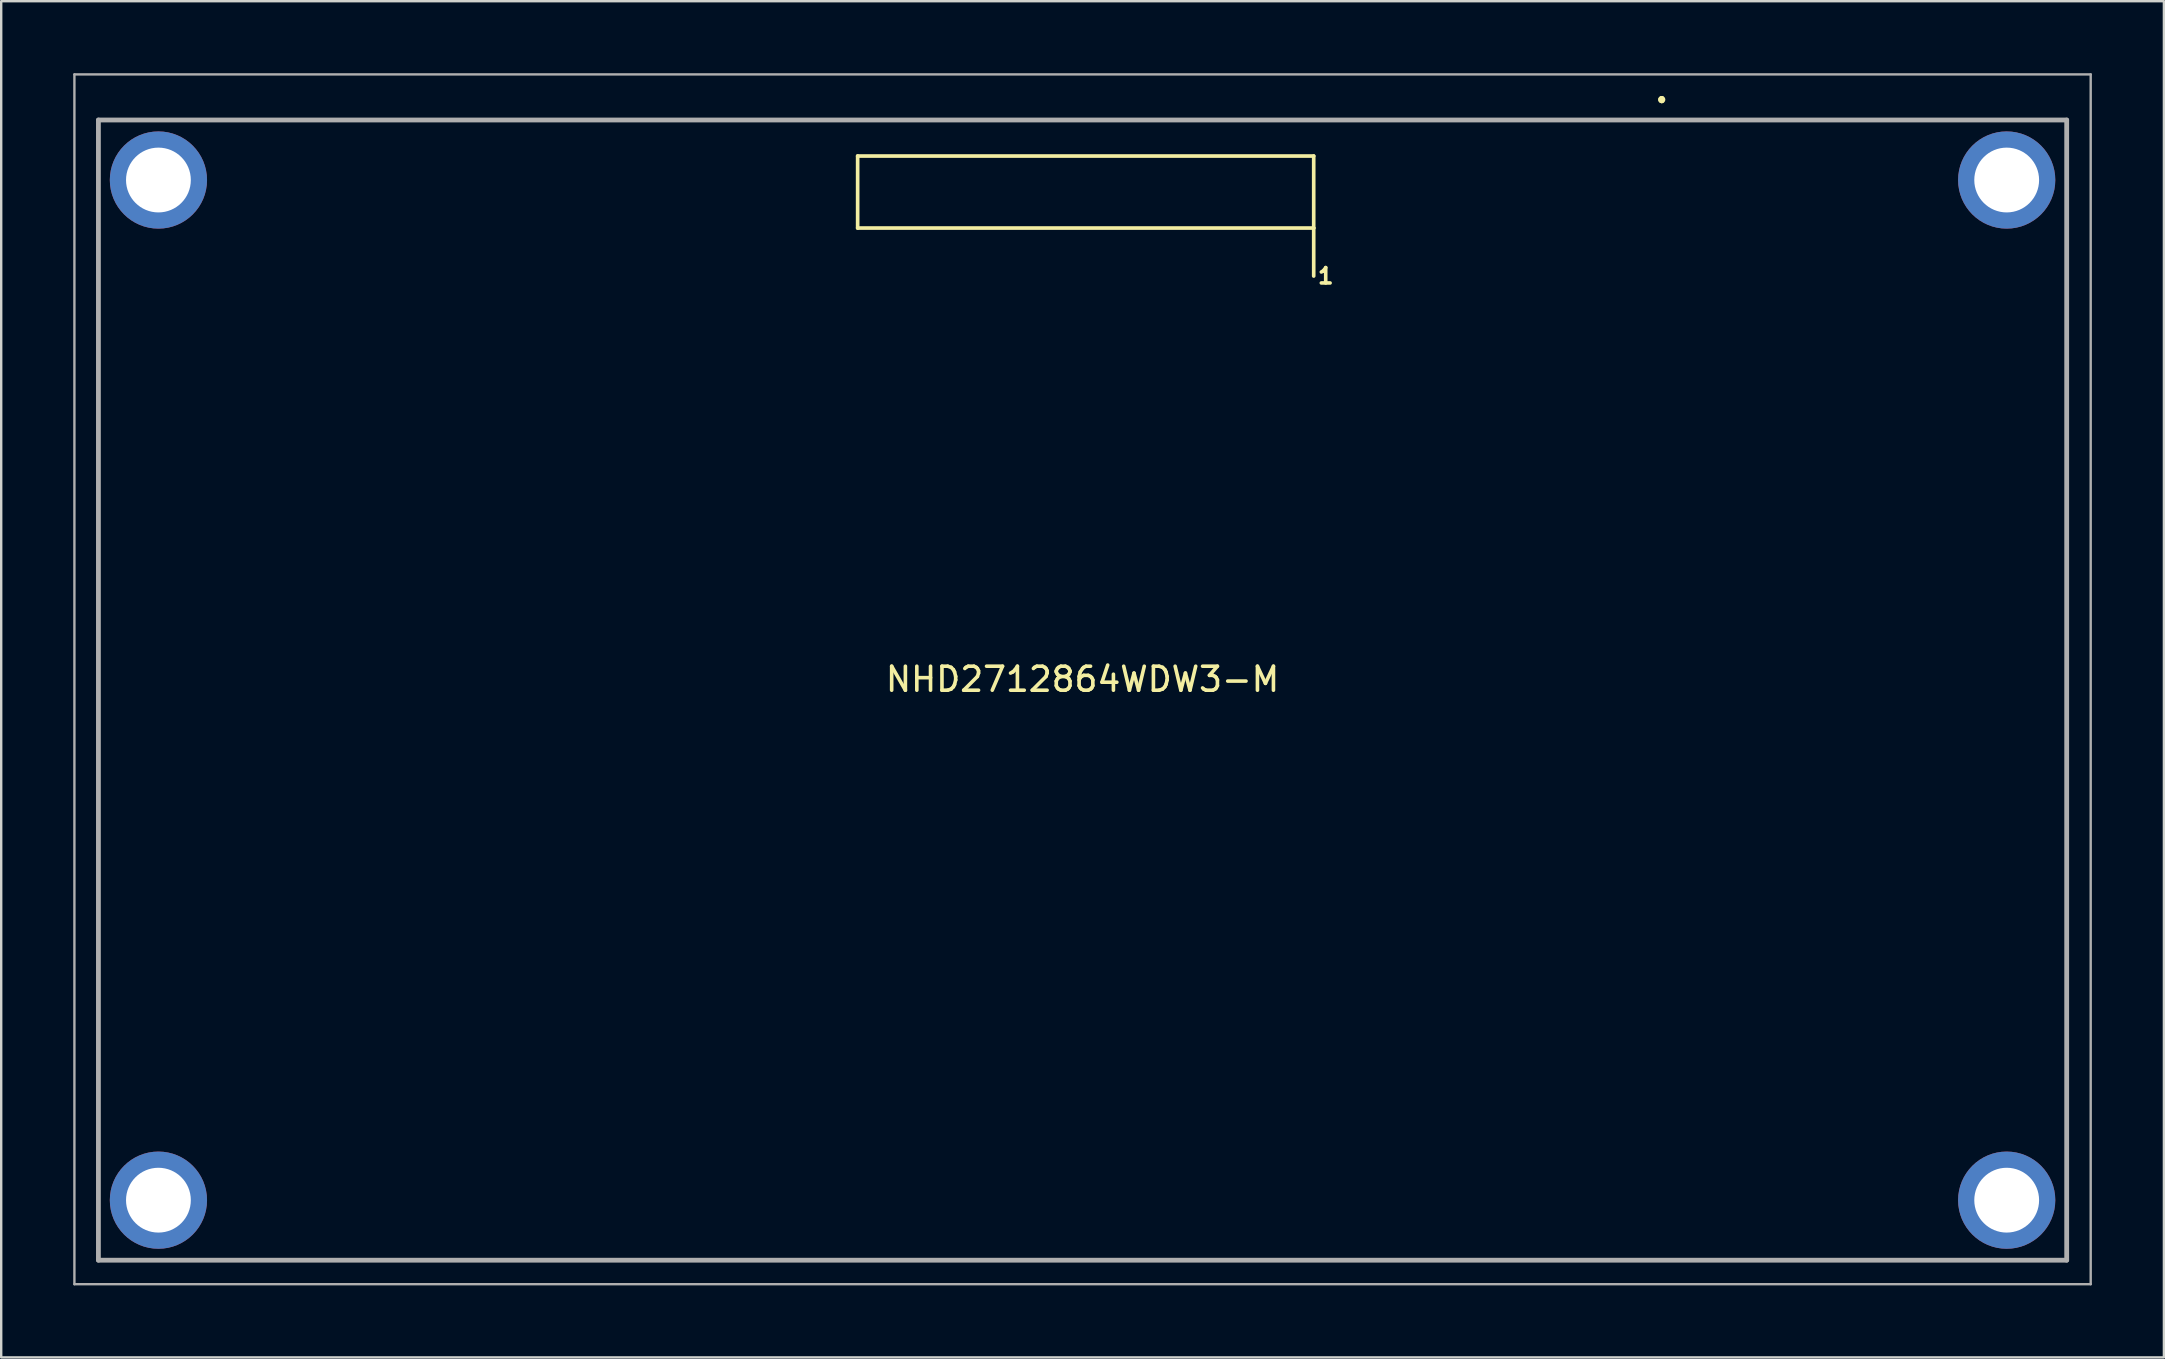
<source format=kicad_pcb>
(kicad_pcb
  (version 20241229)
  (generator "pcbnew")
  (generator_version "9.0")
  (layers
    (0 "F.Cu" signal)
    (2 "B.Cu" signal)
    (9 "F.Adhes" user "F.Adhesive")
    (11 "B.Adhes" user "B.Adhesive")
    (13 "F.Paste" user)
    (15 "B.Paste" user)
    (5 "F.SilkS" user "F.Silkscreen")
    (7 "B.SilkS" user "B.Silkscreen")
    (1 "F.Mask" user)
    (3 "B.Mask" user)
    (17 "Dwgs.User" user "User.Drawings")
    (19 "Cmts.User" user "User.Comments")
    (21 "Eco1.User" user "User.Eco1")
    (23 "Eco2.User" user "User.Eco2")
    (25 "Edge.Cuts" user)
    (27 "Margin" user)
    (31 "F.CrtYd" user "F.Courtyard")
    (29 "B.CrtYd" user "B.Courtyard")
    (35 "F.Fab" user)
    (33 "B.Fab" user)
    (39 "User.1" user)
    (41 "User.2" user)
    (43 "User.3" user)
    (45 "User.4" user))
  (footprint "NHD2712864WDW3-M"
    (layer "F.Cu")
    (at 66.18 4.45)
    (property "Reference" "NHD2712864WDW3-M" (at -24.13 20.8 0) (layer "F.SilkS") (effects (font (size 1 1) (thickness 0.15))))
    (attr through_hole)
    (fp_line (start -65.13 -2.5) (end 16.87 -2.5) (stroke (width 0.1) (type solid)) (layer "F.SilkS"))
    (fp_line (start -65.13 45) (end -65.13 -2.5) (stroke (width 0.1) (type solid)) (layer "F.SilkS"))
    (fp_line (start -33.5 -1) (end -14.5 -1) (stroke (width 0.152) (type solid)) (layer "F.SilkS"))
    (fp_line (start -33.5 2) (end -33.5 -1) (stroke (width 0.152) (type solid)) (layer "F.SilkS"))
    (fp_line (start -14.5 -1) (end -14.5 2) (stroke (width 0.152) (type solid)) (layer "F.SilkS"))
    (fp_line (start -14.5 2) (end -33.5 2) (stroke (width 0.152) (type solid)) (layer "F.SilkS"))
    (fp_line (start -14.5 2) (end -14.5 4) (stroke (width 0.152) (type solid)) (layer "F.SilkS"))
    (fp_line (start 16.87 -2.5) (end 16.87 45) (stroke (width 0.1) (type solid)) (layer "F.SilkS"))
    (fp_line (start 16.87 45) (end -65.13 45) (stroke (width 0.1) (type solid)) (layer "F.SilkS"))
    (fp_arc (start 0 -3.4) (mid 0.05 -3.35) (end 0 -3.3) (stroke (width 0.2) (type solid)) (layer "F.SilkS"))
    (fp_arc (start 0 -3.3) (mid -0.05 -3.35) (end 0 -3.4) (stroke (width 0.2) (type solid)) (layer "F.SilkS"))
    (fp_arc (start 0 -3.3) (mid -0.05 -3.35) (end 0 -3.4) (stroke (width 0.2) (type solid)) (layer "F.SilkS"))
    (fp_line (start -66.13 -4.4) (end 17.87 -4.4) (stroke (width 0.1) (type solid)) (layer "F.Fab"))
    (fp_line (start -66.13 46) (end -66.13 -4.4) (stroke (width 0.1) (type solid)) (layer "F.Fab"))
    (fp_line (start -65.13 -2.5) (end -65.13 45) (stroke (width 0.2) (type solid)) (layer "F.Fab"))
    (fp_line (start -65.13 45) (end 16.87 45) (stroke (width 0.2) (type solid)) (layer "F.Fab"))
    (fp_line (start 16.87 -2.5) (end -65.13 -2.5) (stroke (width 0.2) (type solid)) (layer "F.Fab"))
    (fp_line (start 16.87 45) (end 16.87 -2.5) (stroke (width 0.2) (type solid)) (layer "F.Fab"))
    (fp_line (start 17.87 -4.4) (end 17.87 46) (stroke (width 0.1) (type solid)) (layer "F.Fab"))
    (fp_line (start 17.87 46) (end -66.13 46) (stroke (width 0.1) (type solid)) (layer "F.Fab"))
    (fp_text user "1" (at -14 4 0) (layer "F.SilkS") (effects (font (size 0.64 0.64) (thickness 0.15))))
    (pad "MH1" thru_hole circle (at 14.37 0) (size 4.05 4.05) (drill 2.7) (layers "*.Cu" "*.Mask"))
    (pad "MH2" thru_hole circle (at -62.63 0) (size 4.05 4.05) (drill 2.7) (layers "*.Cu" "*.Mask"))
    (pad "MH3" thru_hole circle (at -62.63 42.5) (size 4.05 4.05) (drill 2.7) (layers "*.Cu" "*.Mask"))
    (pad "MH4" thru_hole circle (at 14.37 42.5) (size 4.05 4.05) (drill 2.7) (layers "*.Cu" "*.Mask")))
  (gr_rect
    (start -3 -3)
    (end 87.1 53.5)
    (stroke (width 0.1) (type default))
    (fill no)
    (layer "Edge.Cuts")))
</source>
